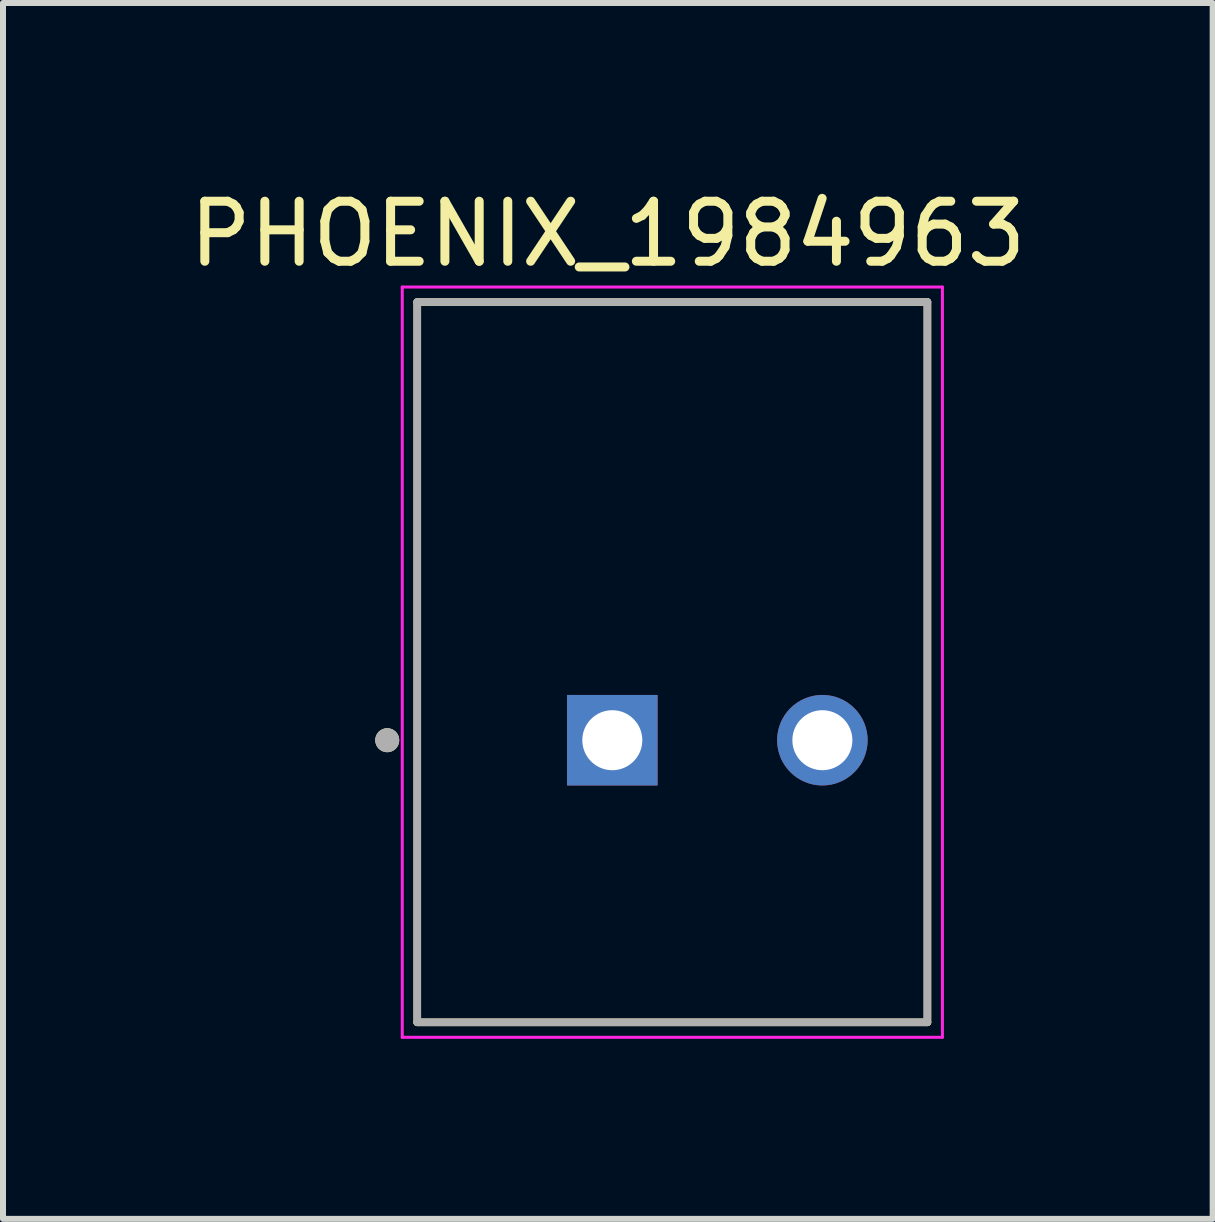
<source format=kicad_pcb>
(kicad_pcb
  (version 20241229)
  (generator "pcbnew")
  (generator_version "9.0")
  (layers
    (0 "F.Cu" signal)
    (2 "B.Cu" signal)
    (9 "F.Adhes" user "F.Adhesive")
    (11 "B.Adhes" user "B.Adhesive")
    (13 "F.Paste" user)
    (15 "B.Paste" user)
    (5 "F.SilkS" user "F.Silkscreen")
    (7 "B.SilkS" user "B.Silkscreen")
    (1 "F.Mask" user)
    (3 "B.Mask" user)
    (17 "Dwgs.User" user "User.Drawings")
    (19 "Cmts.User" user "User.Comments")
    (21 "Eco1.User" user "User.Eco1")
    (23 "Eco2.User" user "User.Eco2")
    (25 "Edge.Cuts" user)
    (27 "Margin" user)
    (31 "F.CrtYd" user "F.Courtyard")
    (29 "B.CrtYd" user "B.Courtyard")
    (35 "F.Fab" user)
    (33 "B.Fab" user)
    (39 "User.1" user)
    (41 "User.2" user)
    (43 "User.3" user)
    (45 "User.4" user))
  (footprint "PHOENIX_1984963"
    (layer "F.Cu")
    (at 3.902 13.983)
    (property "Reference" "PHOENIX_1984963" (at 3.175 -13.135 0) (layer "F.SilkS") (effects (font (size 1 1) (thickness 0.15))))
    (attr through_hole)
    (fp_line (start 0 -12) (end 0 0) (stroke (width 0.127) (type solid)) (layer "F.SilkS"))
    (fp_line (start 0 0) (end 8.5 0) (stroke (width 0.127) (type solid)) (layer "F.SilkS"))
    (fp_line (start 8.5 -12) (end 0 -12) (stroke (width 0.127) (type solid)) (layer "F.SilkS"))
    (fp_line (start 8.5 0) (end 8.5 -12) (stroke (width 0.127) (type solid)) (layer "F.SilkS"))
    (fp_circle (center -0.5 -4.7) (end -0.4 -4.7) (stroke (width 0.2) (type solid)) (fill no) (layer "F.SilkS"))
    (fp_line (start -0.25 -12.25) (end -0.25 0.25) (stroke (width 0.05) (type solid)) (layer "F.CrtYd"))
    (fp_line (start -0.25 0.25) (end 8.75 0.25) (stroke (width 0.05) (type solid)) (layer "F.CrtYd"))
    (fp_line (start 8.75 -12.25) (end -0.25 -12.25) (stroke (width 0.05) (type solid)) (layer "F.CrtYd"))
    (fp_line (start 8.75 0.25) (end 8.75 -12.25) (stroke (width 0.05) (type solid)) (layer "F.CrtYd"))
    (fp_line (start 0 -12) (end 0 0) (stroke (width 0.127) (type solid)) (layer "F.Fab"))
    (fp_line (start 0 0) (end 8.5 0) (stroke (width 0.127) (type solid)) (layer "F.Fab"))
    (fp_line (start 8.5 -12) (end 0 -12) (stroke (width 0.127) (type solid)) (layer "F.Fab"))
    (fp_line (start 8.5 0) (end 8.5 -12) (stroke (width 0.127) (type solid)) (layer "F.Fab"))
    (fp_circle (center -0.5 -4.7) (end -0.4 -4.7) (stroke (width 0.2) (type solid)) (fill no) (layer "F.Fab"))
    (pad "1" thru_hole rect (at 3.25 -4.7) (size 1.508 1.508) (drill 1) (layers "*.Cu" "*.Mask"))
    (pad "2" thru_hole circle (at 6.75 -4.7) (size 1.508 1.508) (drill 1) (layers "*.Cu" "*.Mask")))
  (gr_rect
    (start -3 -3)
    (end 17.155 17.258)
    (stroke (width 0.1) (type default))
    (fill no)
    (layer "Edge.Cuts")))
</source>
